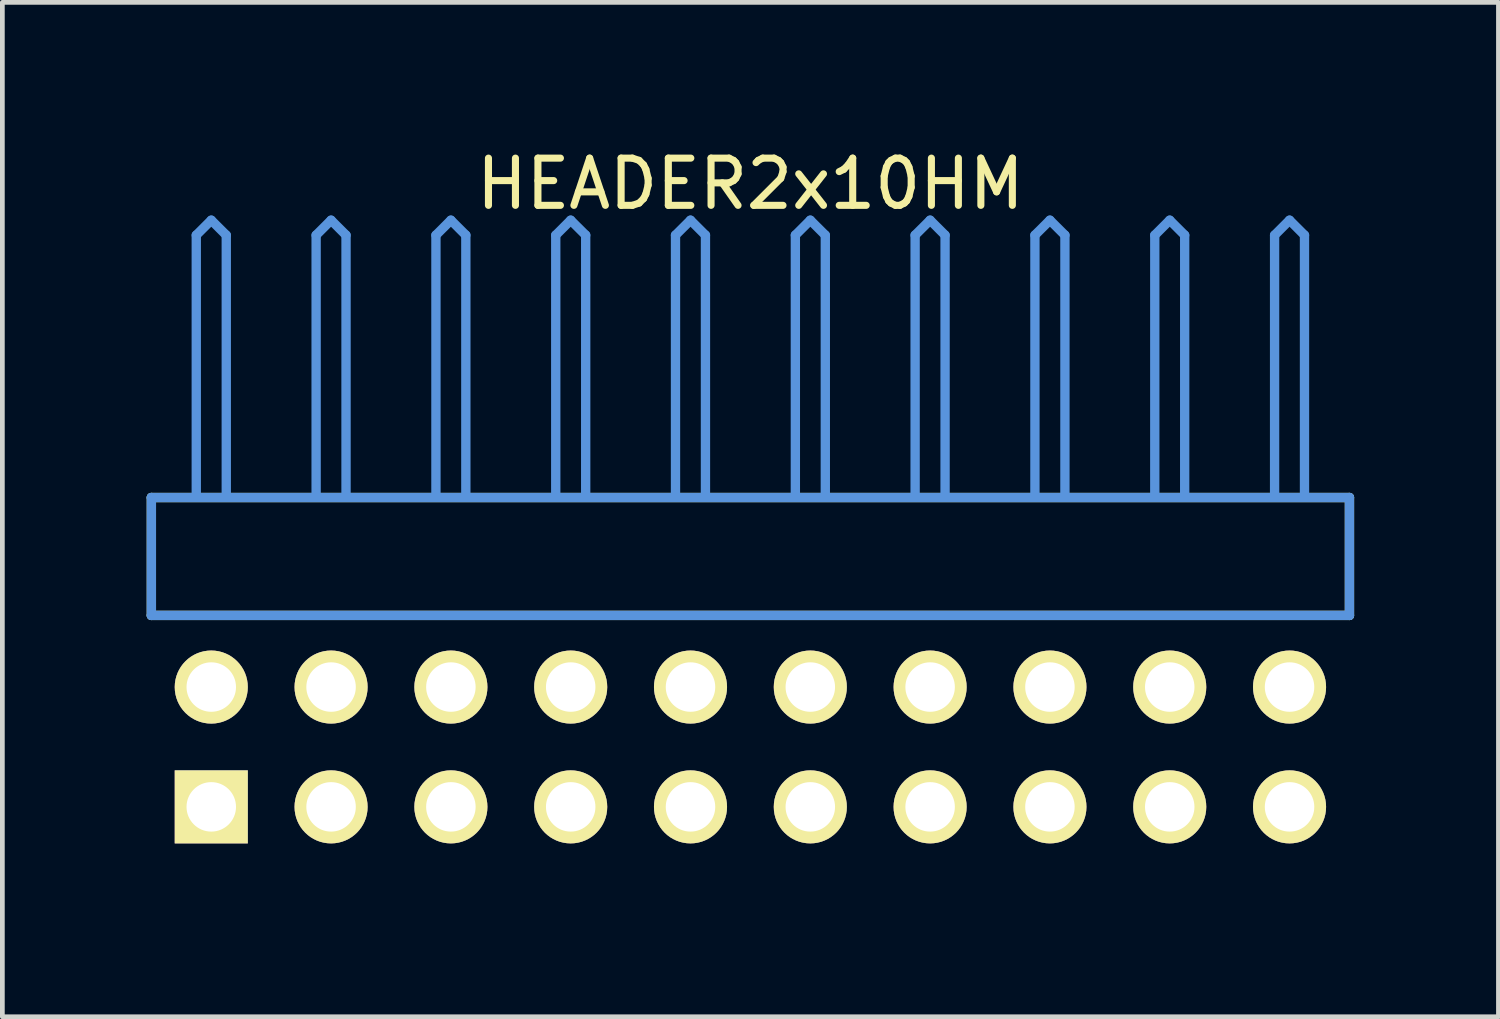
<source format=kicad_pcb>
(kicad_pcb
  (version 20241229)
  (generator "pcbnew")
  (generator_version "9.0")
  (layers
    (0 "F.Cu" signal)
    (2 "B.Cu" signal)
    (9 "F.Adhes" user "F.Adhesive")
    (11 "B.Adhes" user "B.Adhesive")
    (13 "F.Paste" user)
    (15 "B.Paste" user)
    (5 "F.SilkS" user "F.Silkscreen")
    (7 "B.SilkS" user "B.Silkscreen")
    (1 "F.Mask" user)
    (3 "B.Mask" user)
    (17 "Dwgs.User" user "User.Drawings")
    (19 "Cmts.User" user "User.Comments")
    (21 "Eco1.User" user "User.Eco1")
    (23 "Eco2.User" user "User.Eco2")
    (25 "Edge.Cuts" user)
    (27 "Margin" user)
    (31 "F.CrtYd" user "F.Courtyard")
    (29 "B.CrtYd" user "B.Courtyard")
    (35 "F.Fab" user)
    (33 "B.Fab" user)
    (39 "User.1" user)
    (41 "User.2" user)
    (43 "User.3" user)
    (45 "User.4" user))
  (footprint "HEADER2x10HM"
    (layer "F.Cu")
    (at 1.429 14.056)
    (property "Reference" "HEADER2x10HM" (at 11.43 -13.208 0) (layer "F.SilkS") (effects (font (size 1.001 1.001) (thickness 0.15))))
    (attr through_hole)
    (fp_line (start -1.27 -6.558) (end -1.27 -4.059) (stroke (width 0.198) (type solid)) (layer "F.SilkS"))
    (fp_line (start -1.27 -4.059) (end 24.13 -4.059) (stroke (width 0.198) (type solid)) (layer "F.SilkS"))
    (fp_line (start 24.13 -6.558) (end -1.27 -6.558) (stroke (width 0.198) (type solid)) (layer "F.SilkS"))
    (fp_line (start 24.13 -4.059) (end 24.13 -6.558) (stroke (width 0.198) (type solid)) (layer "F.SilkS"))
    (fp_line (start -1.27 -6.558) (end -1.27 -4.059) (stroke (width 0.198) (type solid)) (layer "Cmts.User"))
    (fp_line (start -1.27 -4.059) (end 24.13 -4.059) (stroke (width 0.198) (type solid)) (layer "Cmts.User"))
    (fp_line (start -0.318 -12.121) (end 0 -12.438) (stroke (width 0.198) (type solid)) (layer "Cmts.User"))
    (fp_line (start -0.318 -6.599) (end -0.318 -12.121) (stroke (width 0.198) (type solid)) (layer "Cmts.User"))
    (fp_line (start 0.318 -12.121) (end 0 -12.438) (stroke (width 0.198) (type solid)) (layer "Cmts.User"))
    (fp_line (start 0.318 -6.599) (end 0.318 -12.121) (stroke (width 0.198) (type solid)) (layer "Cmts.User"))
    (fp_line (start 2.223 -12.121) (end 2.54 -12.438) (stroke (width 0.198) (type solid)) (layer "Cmts.User"))
    (fp_line (start 2.223 -6.599) (end 2.223 -12.121) (stroke (width 0.198) (type solid)) (layer "Cmts.User"))
    (fp_line (start 2.857 -12.121) (end 2.54 -12.438) (stroke (width 0.198) (type solid)) (layer "Cmts.User"))
    (fp_line (start 2.857 -6.599) (end 2.857 -12.121) (stroke (width 0.198) (type solid)) (layer "Cmts.User"))
    (fp_line (start 4.763 -12.121) (end 5.08 -12.438) (stroke (width 0.198) (type solid)) (layer "Cmts.User"))
    (fp_line (start 4.763 -6.599) (end 4.763 -12.121) (stroke (width 0.198) (type solid)) (layer "Cmts.User"))
    (fp_line (start 5.397 -12.121) (end 5.08 -12.438) (stroke (width 0.198) (type solid)) (layer "Cmts.User"))
    (fp_line (start 5.397 -6.599) (end 5.397 -12.121) (stroke (width 0.198) (type solid)) (layer "Cmts.User"))
    (fp_line (start 7.303 -12.121) (end 7.62 -12.438) (stroke (width 0.198) (type solid)) (layer "Cmts.User"))
    (fp_line (start 7.303 -6.599) (end 7.303 -12.121) (stroke (width 0.198) (type solid)) (layer "Cmts.User"))
    (fp_line (start 7.938 -12.121) (end 7.62 -12.438) (stroke (width 0.198) (type solid)) (layer "Cmts.User"))
    (fp_line (start 7.938 -6.599) (end 7.938 -12.121) (stroke (width 0.198) (type solid)) (layer "Cmts.User"))
    (fp_line (start 9.842 -12.121) (end 10.16 -12.438) (stroke (width 0.198) (type solid)) (layer "Cmts.User"))
    (fp_line (start 9.842 -6.599) (end 9.842 -12.121) (stroke (width 0.198) (type solid)) (layer "Cmts.User"))
    (fp_line (start 10.477 -12.121) (end 10.16 -12.438) (stroke (width 0.198) (type solid)) (layer "Cmts.User"))
    (fp_line (start 10.477 -6.599) (end 10.477 -12.121) (stroke (width 0.198) (type solid)) (layer "Cmts.User"))
    (fp_line (start 12.383 -12.121) (end 12.7 -12.438) (stroke (width 0.198) (type solid)) (layer "Cmts.User"))
    (fp_line (start 12.383 -6.599) (end 12.383 -12.121) (stroke (width 0.198) (type solid)) (layer "Cmts.User"))
    (fp_line (start 13.018 -12.121) (end 12.7 -12.438) (stroke (width 0.198) (type solid)) (layer "Cmts.User"))
    (fp_line (start 13.018 -6.599) (end 13.018 -12.121) (stroke (width 0.198) (type solid)) (layer "Cmts.User"))
    (fp_line (start 14.922 -12.121) (end 15.24 -12.438) (stroke (width 0.198) (type solid)) (layer "Cmts.User"))
    (fp_line (start 14.922 -6.599) (end 14.922 -12.121) (stroke (width 0.198) (type solid)) (layer "Cmts.User"))
    (fp_line (start 15.557 -12.121) (end 15.24 -12.438) (stroke (width 0.198) (type solid)) (layer "Cmts.User"))
    (fp_line (start 15.557 -6.599) (end 15.557 -12.121) (stroke (width 0.198) (type solid)) (layer "Cmts.User"))
    (fp_line (start 17.462 -12.121) (end 17.78 -12.438) (stroke (width 0.198) (type solid)) (layer "Cmts.User"))
    (fp_line (start 17.462 -6.599) (end 17.462 -12.121) (stroke (width 0.198) (type solid)) (layer "Cmts.User"))
    (fp_line (start 18.098 -12.121) (end 17.78 -12.438) (stroke (width 0.198) (type solid)) (layer "Cmts.User"))
    (fp_line (start 18.098 -6.599) (end 18.098 -12.121) (stroke (width 0.198) (type solid)) (layer "Cmts.User"))
    (fp_line (start 20.003 -12.121) (end 20.32 -12.438) (stroke (width 0.198) (type solid)) (layer "Cmts.User"))
    (fp_line (start 20.003 -6.599) (end 20.003 -12.121) (stroke (width 0.198) (type solid)) (layer "Cmts.User"))
    (fp_line (start 20.637 -12.121) (end 20.32 -12.438) (stroke (width 0.198) (type solid)) (layer "Cmts.User"))
    (fp_line (start 20.637 -6.599) (end 20.637 -12.121) (stroke (width 0.198) (type solid)) (layer "Cmts.User"))
    (fp_line (start 22.543 -12.121) (end 22.86 -12.438) (stroke (width 0.198) (type solid)) (layer "Cmts.User"))
    (fp_line (start 22.543 -6.599) (end 22.543 -12.121) (stroke (width 0.198) (type solid)) (layer "Cmts.User"))
    (fp_line (start 23.177 -12.121) (end 22.86 -12.438) (stroke (width 0.198) (type solid)) (layer "Cmts.User"))
    (fp_line (start 23.177 -6.599) (end 23.177 -12.121) (stroke (width 0.198) (type solid)) (layer "Cmts.User"))
    (fp_line (start 24.13 -6.558) (end -1.27 -6.558) (stroke (width 0.198) (type solid)) (layer "Cmts.User"))
    (fp_line (start 24.13 -4.059) (end 24.13 -6.558) (stroke (width 0.198) (type solid)) (layer "Cmts.User"))
    (fp_line (start -1.379 -12.54) (end 24.239 -12.54) (stroke (width 0.099) (type solid)) (layer "Eco1.User"))
    (fp_line (start -1.379 1.4) (end -1.379 -12.54) (stroke (width 0.099) (type solid)) (layer "Eco1.User"))
    (fp_line (start 24.239 -12.54) (end 24.239 1.4) (stroke (width 0.099) (type solid)) (layer "Eco1.User"))
    (fp_line (start 24.239 1.4) (end -1.379 1.4) (stroke (width 0.099) (type solid)) (layer "Eco1.User"))
    (pad "1" thru_hole rect (at 0 0) (size 1.549 1.549) (drill 1.049) (layers "*.Cu" "*.Mask" "F.SilkS"))
    (pad "2" thru_hole circle (at 0 -2.54) (size 1.549 1.549) (drill 1.049) (layers "*.Cu" "*.Mask" "F.SilkS"))
    (pad "3" thru_hole circle (at 2.54 0) (size 1.549 1.549) (drill 1.049) (layers "*.Cu" "*.Mask" "F.SilkS"))
    (pad "4" thru_hole circle (at 2.54 -2.54) (size 1.549 1.549) (drill 1.049) (layers "*.Cu" "*.Mask" "F.SilkS"))
    (pad "5" thru_hole circle (at 5.08 0) (size 1.549 1.549) (drill 1.049) (layers "*.Cu" "*.Mask" "F.SilkS"))
    (pad "6" thru_hole circle (at 5.08 -2.54) (size 1.549 1.549) (drill 1.049) (layers "*.Cu" "*.Mask" "F.SilkS"))
    (pad "7" thru_hole circle (at 7.62 0) (size 1.549 1.549) (drill 1.049) (layers "*.Cu" "*.Mask" "F.SilkS"))
    (pad "8" thru_hole circle (at 7.62 -2.54) (size 1.549 1.549) (drill 1.049) (layers "*.Cu" "*.Mask" "F.SilkS"))
    (pad "9" thru_hole circle (at 10.16 0) (size 1.549 1.549) (drill 1.049) (layers "*.Cu" "*.Mask" "F.SilkS"))
    (pad "10" thru_hole circle (at 10.16 -2.54) (size 1.549 1.549) (drill 1.049) (layers "*.Cu" "*.Mask" "F.SilkS"))
    (pad "11" thru_hole circle (at 12.7 0) (size 1.549 1.549) (drill 1.049) (layers "*.Cu" "*.Mask" "F.SilkS"))
    (pad "12" thru_hole circle (at 12.7 -2.54) (size 1.549 1.549) (drill 1.049) (layers "*.Cu" "*.Mask" "F.SilkS"))
    (pad "13" thru_hole circle (at 15.24 0) (size 1.549 1.549) (drill 1.049) (layers "*.Cu" "*.Mask" "F.SilkS"))
    (pad "14" thru_hole circle (at 15.24 -2.54) (size 1.549 1.549) (drill 1.049) (layers "*.Cu" "*.Mask" "F.SilkS"))
    (pad "15" thru_hole circle (at 17.78 0) (size 1.549 1.549) (drill 1.049) (layers "*.Cu" "*.Mask" "F.SilkS"))
    (pad "16" thru_hole circle (at 17.78 -2.54) (size 1.549 1.549) (drill 1.049) (layers "*.Cu" "*.Mask" "F.SilkS"))
    (pad "17" thru_hole circle (at 20.32 0) (size 1.549 1.549) (drill 1.049) (layers "*.Cu" "*.Mask" "F.SilkS"))
    (pad "18" thru_hole circle (at 20.32 -2.54) (size 1.549 1.549) (drill 1.049) (layers "*.Cu" "*.Mask" "F.SilkS"))
    (pad "19" thru_hole circle (at 22.86 0) (size 1.549 1.549) (drill 1.049) (layers "*.Cu" "*.Mask" "F.SilkS"))
    (pad "20" thru_hole circle (at 22.86 -2.54) (size 1.549 1.549) (drill 1.049) (layers "*.Cu" "*.Mask" "F.SilkS")))
  (gr_rect
    (start -3 -3)
    (end 28.718 18.506)
    (stroke (width 0.1) (type default))
    (fill no)
    (layer "Edge.Cuts")))
</source>
